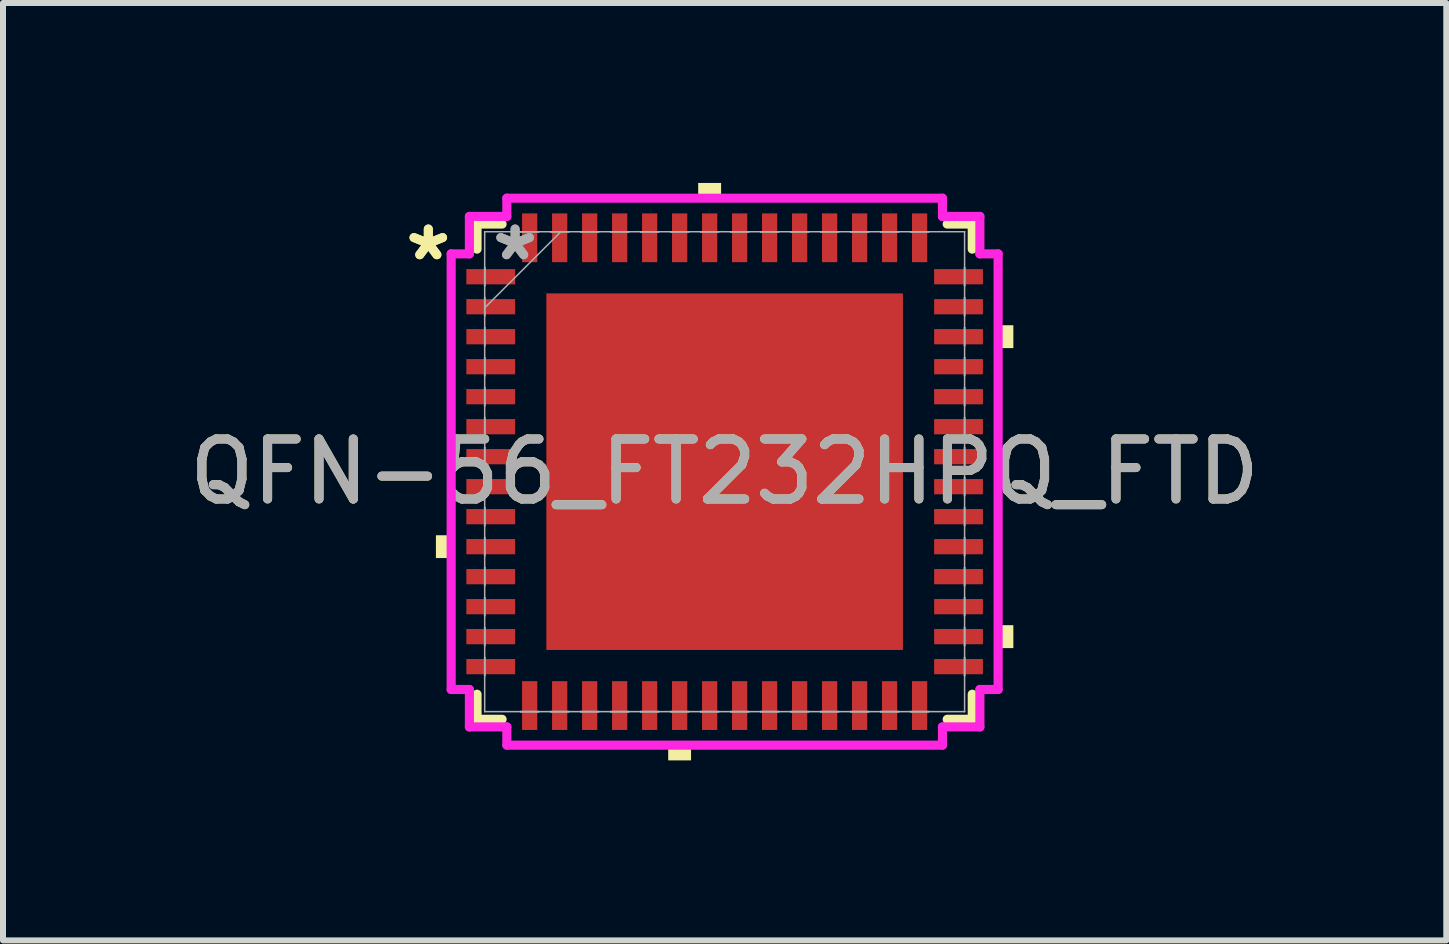
<source format=kicad_pcb>
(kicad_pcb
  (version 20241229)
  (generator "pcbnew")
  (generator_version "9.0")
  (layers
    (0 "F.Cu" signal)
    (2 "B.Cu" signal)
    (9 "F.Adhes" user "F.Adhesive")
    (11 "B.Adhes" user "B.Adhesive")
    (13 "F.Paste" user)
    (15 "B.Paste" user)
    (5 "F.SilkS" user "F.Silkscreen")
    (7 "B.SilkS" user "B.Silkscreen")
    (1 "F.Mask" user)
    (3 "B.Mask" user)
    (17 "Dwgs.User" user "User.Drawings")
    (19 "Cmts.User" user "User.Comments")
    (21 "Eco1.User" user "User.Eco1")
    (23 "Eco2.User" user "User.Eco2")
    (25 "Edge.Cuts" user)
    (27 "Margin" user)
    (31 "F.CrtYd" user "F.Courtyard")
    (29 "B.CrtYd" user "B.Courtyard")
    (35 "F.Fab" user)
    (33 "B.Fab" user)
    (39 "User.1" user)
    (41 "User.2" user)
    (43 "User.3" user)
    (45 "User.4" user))
  (footprint "QFN-56_FT232HPQ_FTD"
    (layer "F.Cu")
    (at 9.03 4.813)
    (property "Reference" "QFN-56_FT232HPQ_FTD" (at 0 0 0) (unlocked yes) (layer "F.SilkS") (effects (font (size 1 1) (thickness 0.15))))
    (attr smd)
    (fp_line (start -4.128 -4.128) (end -4.128 -3.71) (stroke (width 0.152) (type solid)) (layer "F.SilkS"))
    (fp_line (start -4.128 3.71) (end -4.128 4.128) (stroke (width 0.152) (type solid)) (layer "F.SilkS"))
    (fp_line (start -4.128 4.128) (end -3.71 4.128) (stroke (width 0.152) (type solid)) (layer "F.SilkS"))
    (fp_line (start -3.71 -4.128) (end -4.128 -4.128) (stroke (width 0.152) (type solid)) (layer "F.SilkS"))
    (fp_line (start 3.71 4.128) (end 4.128 4.128) (stroke (width 0.152) (type solid)) (layer "F.SilkS"))
    (fp_line (start 4.128 -4.128) (end 3.71 -4.128) (stroke (width 0.152) (type solid)) (layer "F.SilkS"))
    (fp_line (start 4.128 -3.71) (end 4.128 -4.128) (stroke (width 0.152) (type solid)) (layer "F.SilkS"))
    (fp_line (start 4.128 4.128) (end 4.128 3.71) (stroke (width 0.152) (type solid)) (layer "F.SilkS"))
    (fp_poly (pts (xy -4.813 1.06) (xy -4.813 1.44) (xy -4.559 1.44) (xy -4.559 1.06)) (stroke (width 0) (type solid)) (fill yes) (layer "F.SilkS"))
    (fp_poly (pts (xy -0.941 4.559) (xy -0.941 4.813) (xy -0.56 4.813) (xy -0.56 4.559)) (stroke (width 0) (type solid)) (fill yes) (layer "F.SilkS"))
    (fp_poly (pts (xy -0.441 -4.559) (xy -0.441 -4.813) (xy -0.059 -4.813) (xy -0.059 -4.559)) (stroke (width 0) (type solid)) (fill yes) (layer "F.SilkS"))
    (fp_poly (pts (xy 4.813 -2.441) (xy 4.813 -2.06) (xy 4.559 -2.06) (xy 4.559 -2.441)) (stroke (width 0) (type solid)) (fill yes) (layer "F.SilkS"))
    (fp_poly (pts (xy 4.813 2.559) (xy 4.813 2.941) (xy 4.559 2.941) (xy 4.559 2.559)) (stroke (width 0) (type solid)) (fill yes) (layer "F.SilkS"))
    (fp_poly (pts (xy -2.872 -2.872) (xy -2.872 -1.586) (xy -1.586 -1.586) (xy -1.586 -2.872)) (stroke (width 0) (type solid)) (fill yes) (layer "F.Paste"))
    (fp_poly (pts (xy -2.872 -1.386) (xy -2.872 -0.1) (xy -1.586 -0.1) (xy -1.586 -1.386)) (stroke (width 0) (type solid)) (fill yes) (layer "F.Paste"))
    (fp_poly (pts (xy -2.872 0.1) (xy -2.872 1.386) (xy -1.586 1.386) (xy -1.586 0.1)) (stroke (width 0) (type solid)) (fill yes) (layer "F.Paste"))
    (fp_poly (pts (xy -2.872 1.586) (xy -2.872 2.872) (xy -1.586 2.872) (xy -1.586 1.586)) (stroke (width 0) (type solid)) (fill yes) (layer "F.Paste"))
    (fp_poly (pts (xy -1.386 -2.872) (xy -1.386 -1.586) (xy -0.1 -1.586) (xy -0.1 -2.872)) (stroke (width 0) (type solid)) (fill yes) (layer "F.Paste"))
    (fp_poly (pts (xy -1.386 -1.386) (xy -1.386 -0.1) (xy -0.1 -0.1) (xy -0.1 -1.386)) (stroke (width 0) (type solid)) (fill yes) (layer "F.Paste"))
    (fp_poly (pts (xy -1.386 0.1) (xy -1.386 1.386) (xy -0.1 1.386) (xy -0.1 0.1)) (stroke (width 0) (type solid)) (fill yes) (layer "F.Paste"))
    (fp_poly (pts (xy -1.386 1.586) (xy -1.386 2.872) (xy -0.1 2.872) (xy -0.1 1.586)) (stroke (width 0) (type solid)) (fill yes) (layer "F.Paste"))
    (fp_poly (pts (xy 0.1 -2.872) (xy 0.1 -1.586) (xy 1.386 -1.586) (xy 1.386 -2.872)) (stroke (width 0) (type solid)) (fill yes) (layer "F.Paste"))
    (fp_poly (pts (xy 0.1 -1.386) (xy 0.1 -0.1) (xy 1.386 -0.1) (xy 1.386 -1.386)) (stroke (width 0) (type solid)) (fill yes) (layer "F.Paste"))
    (fp_poly (pts (xy 0.1 0.1) (xy 0.1 1.386) (xy 1.386 1.386) (xy 1.386 0.1)) (stroke (width 0) (type solid)) (fill yes) (layer "F.Paste"))
    (fp_poly (pts (xy 0.1 1.586) (xy 0.1 2.872) (xy 1.386 2.872) (xy 1.386 1.586)) (stroke (width 0) (type solid)) (fill yes) (layer "F.Paste"))
    (fp_poly (pts (xy 1.586 -2.872) (xy 1.586 -1.586) (xy 2.872 -1.586) (xy 2.872 -2.872)) (stroke (width 0) (type solid)) (fill yes) (layer "F.Paste"))
    (fp_poly (pts (xy 1.586 -1.386) (xy 1.586 -0.1) (xy 2.872 -0.1) (xy 2.872 -1.386)) (stroke (width 0) (type solid)) (fill yes) (layer "F.Paste"))
    (fp_poly (pts (xy 1.586 0.1) (xy 1.586 1.386) (xy 2.872 1.386) (xy 2.872 0.1)) (stroke (width 0) (type solid)) (fill yes) (layer "F.Paste"))
    (fp_poly (pts (xy 1.586 1.586) (xy 1.586 2.872) (xy 2.872 2.872) (xy 2.872 1.586)) (stroke (width 0) (type solid)) (fill yes) (layer "F.Paste"))
    (fp_line (start -4.559 -3.631) (end -4.255 -3.631) (stroke (width 0.152) (type solid)) (layer "F.CrtYd"))
    (fp_line (start -4.559 3.631) (end -4.559 -3.631) (stroke (width 0.152) (type solid)) (layer "F.CrtYd"))
    (fp_line (start -4.255 -4.255) (end -3.631 -4.255) (stroke (width 0.152) (type solid)) (layer "F.CrtYd"))
    (fp_line (start -4.255 -3.631) (end -4.255 -4.255) (stroke (width 0.152) (type solid)) (layer "F.CrtYd"))
    (fp_line (start -4.255 3.631) (end -4.559 3.631) (stroke (width 0.152) (type solid)) (layer "F.CrtYd"))
    (fp_line (start -4.255 4.255) (end -4.255 3.631) (stroke (width 0.152) (type solid)) (layer "F.CrtYd"))
    (fp_line (start -3.631 -4.559) (end 3.631 -4.559) (stroke (width 0.152) (type solid)) (layer "F.CrtYd"))
    (fp_line (start -3.631 -4.255) (end -3.631 -4.559) (stroke (width 0.152) (type solid)) (layer "F.CrtYd"))
    (fp_line (start -3.631 4.255) (end -4.255 4.255) (stroke (width 0.152) (type solid)) (layer "F.CrtYd"))
    (fp_line (start -3.631 4.559) (end -3.631 4.255) (stroke (width 0.152) (type solid)) (layer "F.CrtYd"))
    (fp_line (start 3.631 -4.559) (end 3.631 -4.255) (stroke (width 0.152) (type solid)) (layer "F.CrtYd"))
    (fp_line (start 3.631 -4.255) (end 4.255 -4.255) (stroke (width 0.152) (type solid)) (layer "F.CrtYd"))
    (fp_line (start 3.631 4.255) (end 3.631 4.559) (stroke (width 0.152) (type solid)) (layer "F.CrtYd"))
    (fp_line (start 3.631 4.559) (end -3.631 4.559) (stroke (width 0.152) (type solid)) (layer "F.CrtYd"))
    (fp_line (start 4.255 -4.255) (end 4.255 -3.631) (stroke (width 0.152) (type solid)) (layer "F.CrtYd"))
    (fp_line (start 4.255 -3.631) (end 4.559 -3.631) (stroke (width 0.152) (type solid)) (layer "F.CrtYd"))
    (fp_line (start 4.255 3.631) (end 4.255 4.255) (stroke (width 0.152) (type solid)) (layer "F.CrtYd"))
    (fp_line (start 4.255 4.255) (end 3.631 4.255) (stroke (width 0.152) (type solid)) (layer "F.CrtYd"))
    (fp_line (start 4.559 -3.631) (end 4.559 3.631) (stroke (width 0.152) (type solid)) (layer "F.CrtYd"))
    (fp_line (start 4.559 3.631) (end 4.255 3.631) (stroke (width 0.152) (type solid)) (layer "F.CrtYd"))
    (fp_line (start -4 -4) (end -4 -4) (stroke (width 0.025) (type solid)) (layer "F.Fab"))
    (fp_line (start -4 -4) (end -4 4) (stroke (width 0.025) (type solid)) (layer "F.Fab"))
    (fp_line (start -4 -3.402) (end -4 -3.402) (stroke (width 0.025) (type solid)) (layer "F.Fab"))
    (fp_line (start -4 -3.402) (end -4 -3.098) (stroke (width 0.025) (type solid)) (layer "F.Fab"))
    (fp_line (start -4 -3.098) (end -4 -3.402) (stroke (width 0.025) (type solid)) (layer "F.Fab"))
    (fp_line (start -4 -3.098) (end -4 -3.098) (stroke (width 0.025) (type solid)) (layer "F.Fab"))
    (fp_line (start -4 -2.902) (end -4 -2.902) (stroke (width 0.025) (type solid)) (layer "F.Fab"))
    (fp_line (start -4 -2.902) (end -4 -2.598) (stroke (width 0.025) (type solid)) (layer "F.Fab"))
    (fp_line (start -4 -2.731) (end -2.731 -4) (stroke (width 0.025) (type solid)) (layer "F.Fab"))
    (fp_line (start -4 -2.598) (end -4 -2.902) (stroke (width 0.025) (type solid)) (layer "F.Fab"))
    (fp_line (start -4 -2.598) (end -4 -2.598) (stroke (width 0.025) (type solid)) (layer "F.Fab"))
    (fp_line (start -4 -2.402) (end -4 -2.402) (stroke (width 0.025) (type solid)) (layer "F.Fab"))
    (fp_line (start -4 -2.402) (end -4 -2.098) (stroke (width 0.025) (type solid)) (layer "F.Fab"))
    (fp_line (start -4 -2.098) (end -4 -2.402) (stroke (width 0.025) (type solid)) (layer "F.Fab"))
    (fp_line (start -4 -2.098) (end -4 -2.098) (stroke (width 0.025) (type solid)) (layer "F.Fab"))
    (fp_line (start -4 -1.902) (end -4 -1.902) (stroke (width 0.025) (type solid)) (layer "F.Fab"))
    (fp_line (start -4 -1.902) (end -4 -1.598) (stroke (width 0.025) (type solid)) (layer "F.Fab"))
    (fp_line (start -4 -1.598) (end -4 -1.902) (stroke (width 0.025) (type solid)) (layer "F.Fab"))
    (fp_line (start -4 -1.598) (end -4 -1.598) (stroke (width 0.025) (type solid)) (layer "F.Fab"))
    (fp_line (start -4 -1.402) (end -4 -1.402) (stroke (width 0.025) (type solid)) (layer "F.Fab"))
    (fp_line (start -4 -1.402) (end -4 -1.098) (stroke (width 0.025) (type solid)) (layer "F.Fab"))
    (fp_line (start -4 -1.098) (end -4 -1.402) (stroke (width 0.025) (type solid)) (layer "F.Fab"))
    (fp_line (start -4 -1.098) (end -4 -1.098) (stroke (width 0.025) (type solid)) (layer "F.Fab"))
    (fp_line (start -4 -0.902) (end -4 -0.902) (stroke (width 0.025) (type solid)) (layer "F.Fab"))
    (fp_line (start -4 -0.902) (end -4 -0.598) (stroke (width 0.025) (type solid)) (layer "F.Fab"))
    (fp_line (start -4 -0.598) (end -4 -0.902) (stroke (width 0.025) (type solid)) (layer "F.Fab"))
    (fp_line (start -4 -0.598) (end -4 -0.598) (stroke (width 0.025) (type solid)) (layer "F.Fab"))
    (fp_line (start -4 -0.402) (end -4 -0.402) (stroke (width 0.025) (type solid)) (layer "F.Fab"))
    (fp_line (start -4 -0.402) (end -4 -0.098) (stroke (width 0.025) (type solid)) (layer "F.Fab"))
    (fp_line (start -4 -0.098) (end -4 -0.402) (stroke (width 0.025) (type solid)) (layer "F.Fab"))
    (fp_line (start -4 -0.098) (end -4 -0.098) (stroke (width 0.025) (type solid)) (layer "F.Fab"))
    (fp_line (start -4 0.098) (end -4 0.098) (stroke (width 0.025) (type solid)) (layer "F.Fab"))
    (fp_line (start -4 0.098) (end -4 0.402) (stroke (width 0.025) (type solid)) (layer "F.Fab"))
    (fp_line (start -4 0.402) (end -4 0.098) (stroke (width 0.025) (type solid)) (layer "F.Fab"))
    (fp_line (start -4 0.402) (end -4 0.402) (stroke (width 0.025) (type solid)) (layer "F.Fab"))
    (fp_line (start -4 0.598) (end -4 0.598) (stroke (width 0.025) (type solid)) (layer "F.Fab"))
    (fp_line (start -4 0.598) (end -4 0.902) (stroke (width 0.025) (type solid)) (layer "F.Fab"))
    (fp_line (start -4 0.902) (end -4 0.598) (stroke (width 0.025) (type solid)) (layer "F.Fab"))
    (fp_line (start -4 0.902) (end -4 0.902) (stroke (width 0.025) (type solid)) (layer "F.Fab"))
    (fp_line (start -4 1.098) (end -4 1.098) (stroke (width 0.025) (type solid)) (layer "F.Fab"))
    (fp_line (start -4 1.098) (end -4 1.402) (stroke (width 0.025) (type solid)) (layer "F.Fab"))
    (fp_line (start -4 1.402) (end -4 1.098) (stroke (width 0.025) (type solid)) (layer "F.Fab"))
    (fp_line (start -4 1.402) (end -4 1.402) (stroke (width 0.025) (type solid)) (layer "F.Fab"))
    (fp_line (start -4 1.598) (end -4 1.598) (stroke (width 0.025) (type solid)) (layer "F.Fab"))
    (fp_line (start -4 1.598) (end -4 1.902) (stroke (width 0.025) (type solid)) (layer "F.Fab"))
    (fp_line (start -4 1.902) (end -4 1.598) (stroke (width 0.025) (type solid)) (layer "F.Fab"))
    (fp_line (start -4 1.902) (end -4 1.902) (stroke (width 0.025) (type solid)) (layer "F.Fab"))
    (fp_line (start -4 2.098) (end -4 2.098) (stroke (width 0.025) (type solid)) (layer "F.Fab"))
    (fp_line (start -4 2.098) (end -4 2.402) (stroke (width 0.025) (type solid)) (layer "F.Fab"))
    (fp_line (start -4 2.402) (end -4 2.098) (stroke (width 0.025) (type solid)) (layer "F.Fab"))
    (fp_line (start -4 2.402) (end -4 2.402) (stroke (width 0.025) (type solid)) (layer "F.Fab"))
    (fp_line (start -4 2.598) (end -4 2.598) (stroke (width 0.025) (type solid)) (layer "F.Fab"))
    (fp_line (start -4 2.598) (end -4 2.902) (stroke (width 0.025) (type solid)) (layer "F.Fab"))
    (fp_line (start -4 2.902) (end -4 2.598) (stroke (width 0.025) (type solid)) (layer "F.Fab"))
    (fp_line (start -4 2.902) (end -4 2.902) (stroke (width 0.025) (type solid)) (layer "F.Fab"))
    (fp_line (start -4 3.098) (end -4 3.098) (stroke (width 0.025) (type solid)) (layer "F.Fab"))
    (fp_line (start -4 3.098) (end -4 3.402) (stroke (width 0.025) (type solid)) (layer "F.Fab"))
    (fp_line (start -4 3.402) (end -4 3.098) (stroke (width 0.025) (type solid)) (layer "F.Fab"))
    (fp_line (start -4 3.402) (end -4 3.402) (stroke (width 0.025) (type solid)) (layer "F.Fab"))
    (fp_line (start -4 4) (end -4 4) (stroke (width 0.025) (type solid)) (layer "F.Fab"))
    (fp_line (start -4 4) (end 4 4) (stroke (width 0.025) (type solid)) (layer "F.Fab"))
    (fp_line (start -3.402 -4) (end -3.402 -4) (stroke (width 0.025) (type solid)) (layer "F.Fab"))
    (fp_line (start -3.402 -4) (end -3.098 -4) (stroke (width 0.025) (type solid)) (layer "F.Fab"))
    (fp_line (start -3.402 4) (end -3.402 4) (stroke (width 0.025) (type solid)) (layer "F.Fab"))
    (fp_line (start -3.402 4) (end -3.098 4) (stroke (width 0.025) (type solid)) (layer "F.Fab"))
    (fp_line (start -3.098 -4) (end -3.402 -4) (stroke (width 0.025) (type solid)) (layer "F.Fab"))
    (fp_line (start -3.098 -4) (end -3.098 -4) (stroke (width 0.025) (type solid)) (layer "F.Fab"))
    (fp_line (start -3.098 4) (end -3.402 4) (stroke (width 0.025) (type solid)) (layer "F.Fab"))
    (fp_line (start -3.098 4) (end -3.098 4) (stroke (width 0.025) (type solid)) (layer "F.Fab"))
    (fp_line (start -2.902 -4) (end -2.902 -4) (stroke (width 0.025) (type solid)) (layer "F.Fab"))
    (fp_line (start -2.902 -4) (end -2.598 -4) (stroke (width 0.025) (type solid)) (layer "F.Fab"))
    (fp_line (start -2.902 4) (end -2.902 4) (stroke (width 0.025) (type solid)) (layer "F.Fab"))
    (fp_line (start -2.902 4) (end -2.598 4) (stroke (width 0.025) (type solid)) (layer "F.Fab"))
    (fp_line (start -2.598 -4) (end -2.902 -4) (stroke (width 0.025) (type solid)) (layer "F.Fab"))
    (fp_line (start -2.598 -4) (end -2.598 -4) (stroke (width 0.025) (type solid)) (layer "F.Fab"))
    (fp_line (start -2.598 4) (end -2.902 4) (stroke (width 0.025) (type solid)) (layer "F.Fab"))
    (fp_line (start -2.598 4) (end -2.598 4) (stroke (width 0.025) (type solid)) (layer "F.Fab"))
    (fp_line (start -2.402 -4) (end -2.402 -4) (stroke (width 0.025) (type solid)) (layer "F.Fab"))
    (fp_line (start -2.402 -4) (end -2.098 -4) (stroke (width 0.025) (type solid)) (layer "F.Fab"))
    (fp_line (start -2.402 4) (end -2.402 4) (stroke (width 0.025) (type solid)) (layer "F.Fab"))
    (fp_line (start -2.402 4) (end -2.098 4) (stroke (width 0.025) (type solid)) (layer "F.Fab"))
    (fp_line (start -2.098 -4) (end -2.402 -4) (stroke (width 0.025) (type solid)) (layer "F.Fab"))
    (fp_line (start -2.098 -4) (end -2.098 -4) (stroke (width 0.025) (type solid)) (layer "F.Fab"))
    (fp_line (start -2.098 4) (end -2.402 4) (stroke (width 0.025) (type solid)) (layer "F.Fab"))
    (fp_line (start -2.098 4) (end -2.098 4) (stroke (width 0.025) (type solid)) (layer "F.Fab"))
    (fp_line (start -1.902 -4) (end -1.902 -4) (stroke (width 0.025) (type solid)) (layer "F.Fab"))
    (fp_line (start -1.902 -4) (end -1.598 -4) (stroke (width 0.025) (type solid)) (layer "F.Fab"))
    (fp_line (start -1.902 4) (end -1.902 4) (stroke (width 0.025) (type solid)) (layer "F.Fab"))
    (fp_line (start -1.902 4) (end -1.598 4) (stroke (width 0.025) (type solid)) (layer "F.Fab"))
    (fp_line (start -1.598 -4) (end -1.902 -4) (stroke (width 0.025) (type solid)) (layer "F.Fab"))
    (fp_line (start -1.598 -4) (end -1.598 -4) (stroke (width 0.025) (type solid)) (layer "F.Fab"))
    (fp_line (start -1.598 4) (end -1.902 4) (stroke (width 0.025) (type solid)) (layer "F.Fab"))
    (fp_line (start -1.598 4) (end -1.598 4) (stroke (width 0.025) (type solid)) (layer "F.Fab"))
    (fp_line (start -1.402 -4) (end -1.402 -4) (stroke (width 0.025) (type solid)) (layer "F.Fab"))
    (fp_line (start -1.402 -4) (end -1.098 -4) (stroke (width 0.025) (type solid)) (layer "F.Fab"))
    (fp_line (start -1.402 4) (end -1.402 4) (stroke (width 0.025) (type solid)) (layer "F.Fab"))
    (fp_line (start -1.402 4) (end -1.098 4) (stroke (width 0.025) (type solid)) (layer "F.Fab"))
    (fp_line (start -1.098 -4) (end -1.402 -4) (stroke (width 0.025) (type solid)) (layer "F.Fab"))
    (fp_line (start -1.098 -4) (end -1.098 -4) (stroke (width 0.025) (type solid)) (layer "F.Fab"))
    (fp_line (start -1.098 4) (end -1.402 4) (stroke (width 0.025) (type solid)) (layer "F.Fab"))
    (fp_line (start -1.098 4) (end -1.098 4) (stroke (width 0.025) (type solid)) (layer "F.Fab"))
    (fp_line (start -0.902 -4) (end -0.902 -4) (stroke (width 0.025) (type solid)) (layer "F.Fab"))
    (fp_line (start -0.902 -4) (end -0.598 -4) (stroke (width 0.025) (type solid)) (layer "F.Fab"))
    (fp_line (start -0.902 4) (end -0.902 4) (stroke (width 0.025) (type solid)) (layer "F.Fab"))
    (fp_line (start -0.902 4) (end -0.598 4) (stroke (width 0.025) (type solid)) (layer "F.Fab"))
    (fp_line (start -0.598 -4) (end -0.902 -4) (stroke (width 0.025) (type solid)) (layer "F.Fab"))
    (fp_line (start -0.598 -4) (end -0.598 -4) (stroke (width 0.025) (type solid)) (layer "F.Fab"))
    (fp_line (start -0.598 4) (end -0.902 4) (stroke (width 0.025) (type solid)) (layer "F.Fab"))
    (fp_line (start -0.598 4) (end -0.598 4) (stroke (width 0.025) (type solid)) (layer "F.Fab"))
    (fp_line (start -0.402 -4) (end -0.402 -4) (stroke (width 0.025) (type solid)) (layer "F.Fab"))
    (fp_line (start -0.402 -4) (end -0.098 -4) (stroke (width 0.025) (type solid)) (layer "F.Fab"))
    (fp_line (start -0.402 4) (end -0.402 4) (stroke (width 0.025) (type solid)) (layer "F.Fab"))
    (fp_line (start -0.402 4) (end -0.098 4) (stroke (width 0.025) (type solid)) (layer "F.Fab"))
    (fp_line (start -0.098 -4) (end -0.402 -4) (stroke (width 0.025) (type solid)) (layer "F.Fab"))
    (fp_line (start -0.098 -4) (end -0.098 -4) (stroke (width 0.025) (type solid)) (layer "F.Fab"))
    (fp_line (start -0.098 4) (end -0.402 4) (stroke (width 0.025) (type solid)) (layer "F.Fab"))
    (fp_line (start -0.098 4) (end -0.098 4) (stroke (width 0.025) (type solid)) (layer "F.Fab"))
    (fp_line (start 0.098 -4) (end 0.098 -4) (stroke (width 0.025) (type solid)) (layer "F.Fab"))
    (fp_line (start 0.098 -4) (end 0.402 -4) (stroke (width 0.025) (type solid)) (layer "F.Fab"))
    (fp_line (start 0.098 4) (end 0.098 4) (stroke (width 0.025) (type solid)) (layer "F.Fab"))
    (fp_line (start 0.098 4) (end 0.402 4) (stroke (width 0.025) (type solid)) (layer "F.Fab"))
    (fp_line (start 0.402 -4) (end 0.098 -4) (stroke (width 0.025) (type solid)) (layer "F.Fab"))
    (fp_line (start 0.402 -4) (end 0.402 -4) (stroke (width 0.025) (type solid)) (layer "F.Fab"))
    (fp_line (start 0.402 4) (end 0.098 4) (stroke (width 0.025) (type solid)) (layer "F.Fab"))
    (fp_line (start 0.402 4) (end 0.402 4) (stroke (width 0.025) (type solid)) (layer "F.Fab"))
    (fp_line (start 0.598 -4) (end 0.598 -4) (stroke (width 0.025) (type solid)) (layer "F.Fab"))
    (fp_line (start 0.598 -4) (end 0.902 -4) (stroke (width 0.025) (type solid)) (layer "F.Fab"))
    (fp_line (start 0.598 4) (end 0.598 4) (stroke (width 0.025) (type solid)) (layer "F.Fab"))
    (fp_line (start 0.598 4) (end 0.902 4) (stroke (width 0.025) (type solid)) (layer "F.Fab"))
    (fp_line (start 0.902 -4) (end 0.598 -4) (stroke (width 0.025) (type solid)) (layer "F.Fab"))
    (fp_line (start 0.902 -4) (end 0.902 -4) (stroke (width 0.025) (type solid)) (layer "F.Fab"))
    (fp_line (start 0.902 4) (end 0.598 4) (stroke (width 0.025) (type solid)) (layer "F.Fab"))
    (fp_line (start 0.902 4) (end 0.902 4) (stroke (width 0.025) (type solid)) (layer "F.Fab"))
    (fp_line (start 1.098 -4) (end 1.098 -4) (stroke (width 0.025) (type solid)) (layer "F.Fab"))
    (fp_line (start 1.098 -4) (end 1.402 -4) (stroke (width 0.025) (type solid)) (layer "F.Fab"))
    (fp_line (start 1.098 4) (end 1.098 4) (stroke (width 0.025) (type solid)) (layer "F.Fab"))
    (fp_line (start 1.098 4) (end 1.402 4) (stroke (width 0.025) (type solid)) (layer "F.Fab"))
    (fp_line (start 1.402 -4) (end 1.098 -4) (stroke (width 0.025) (type solid)) (layer "F.Fab"))
    (fp_line (start 1.402 -4) (end 1.402 -4) (stroke (width 0.025) (type solid)) (layer "F.Fab"))
    (fp_line (start 1.402 4) (end 1.098 4) (stroke (width 0.025) (type solid)) (layer "F.Fab"))
    (fp_line (start 1.402 4) (end 1.402 4) (stroke (width 0.025) (type solid)) (layer "F.Fab"))
    (fp_line (start 1.598 -4) (end 1.598 -4) (stroke (width 0.025) (type solid)) (layer "F.Fab"))
    (fp_line (start 1.598 -4) (end 1.902 -4) (stroke (width 0.025) (type solid)) (layer "F.Fab"))
    (fp_line (start 1.598 4) (end 1.598 4) (stroke (width 0.025) (type solid)) (layer "F.Fab"))
    (fp_line (start 1.598 4) (end 1.902 4) (stroke (width 0.025) (type solid)) (layer "F.Fab"))
    (fp_line (start 1.902 -4) (end 1.598 -4) (stroke (width 0.025) (type solid)) (layer "F.Fab"))
    (fp_line (start 1.902 -4) (end 1.902 -4) (stroke (width 0.025) (type solid)) (layer "F.Fab"))
    (fp_line (start 1.902 4) (end 1.598 4) (stroke (width 0.025) (type solid)) (layer "F.Fab"))
    (fp_line (start 1.902 4) (end 1.902 4) (stroke (width 0.025) (type solid)) (layer "F.Fab"))
    (fp_line (start 2.098 -4) (end 2.098 -4) (stroke (width 0.025) (type solid)) (layer "F.Fab"))
    (fp_line (start 2.098 -4) (end 2.402 -4) (stroke (width 0.025) (type solid)) (layer "F.Fab"))
    (fp_line (start 2.098 4) (end 2.098 4) (stroke (width 0.025) (type solid)) (layer "F.Fab"))
    (fp_line (start 2.098 4) (end 2.402 4) (stroke (width 0.025) (type solid)) (layer "F.Fab"))
    (fp_line (start 2.402 -4) (end 2.098 -4) (stroke (width 0.025) (type solid)) (layer "F.Fab"))
    (fp_line (start 2.402 -4) (end 2.402 -4) (stroke (width 0.025) (type solid)) (layer "F.Fab"))
    (fp_line (start 2.402 4) (end 2.098 4) (stroke (width 0.025) (type solid)) (layer "F.Fab"))
    (fp_line (start 2.402 4) (end 2.402 4) (stroke (width 0.025) (type solid)) (layer "F.Fab"))
    (fp_line (start 2.598 -4) (end 2.598 -4) (stroke (width 0.025) (type solid)) (layer "F.Fab"))
    (fp_line (start 2.598 -4) (end 2.902 -4) (stroke (width 0.025) (type solid)) (layer "F.Fab"))
    (fp_line (start 2.598 4) (end 2.598 4) (stroke (width 0.025) (type solid)) (layer "F.Fab"))
    (fp_line (start 2.598 4) (end 2.902 4) (stroke (width 0.025) (type solid)) (layer "F.Fab"))
    (fp_line (start 2.902 -4) (end 2.598 -4) (stroke (width 0.025) (type solid)) (layer "F.Fab"))
    (fp_line (start 2.902 -4) (end 2.902 -4) (stroke (width 0.025) (type solid)) (layer "F.Fab"))
    (fp_line (start 2.902 4) (end 2.598 4) (stroke (width 0.025) (type solid)) (layer "F.Fab"))
    (fp_line (start 2.902 4) (end 2.902 4) (stroke (width 0.025) (type solid)) (layer "F.Fab"))
    (fp_line (start 3.098 -4) (end 3.098 -4) (stroke (width 0.025) (type solid)) (layer "F.Fab"))
    (fp_line (start 3.098 -4) (end 3.402 -4) (stroke (width 0.025) (type solid)) (layer "F.Fab"))
    (fp_line (start 3.098 4) (end 3.098 4) (stroke (width 0.025) (type solid)) (layer "F.Fab"))
    (fp_line (start 3.098 4) (end 3.402 4) (stroke (width 0.025) (type solid)) (layer "F.Fab"))
    (fp_line (start 3.402 -4) (end 3.098 -4) (stroke (width 0.025) (type solid)) (layer "F.Fab"))
    (fp_line (start 3.402 -4) (end 3.402 -4) (stroke (width 0.025) (type solid)) (layer "F.Fab"))
    (fp_line (start 3.402 4) (end 3.098 4) (stroke (width 0.025) (type solid)) (layer "F.Fab"))
    (fp_line (start 3.402 4) (end 3.402 4) (stroke (width 0.025) (type solid)) (layer "F.Fab"))
    (fp_line (start 4 -4) (end -4 -4) (stroke (width 0.025) (type solid)) (layer "F.Fab"))
    (fp_line (start 4 -4) (end 4 -4) (stroke (width 0.025) (type solid)) (layer "F.Fab"))
    (fp_line (start 4 -3.402) (end 4 -3.402) (stroke (width 0.025) (type solid)) (layer "F.Fab"))
    (fp_line (start 4 -3.402) (end 4 -3.098) (stroke (width 0.025) (type solid)) (layer "F.Fab"))
    (fp_line (start 4 -3.098) (end 4 -3.402) (stroke (width 0.025) (type solid)) (layer "F.Fab"))
    (fp_line (start 4 -3.098) (end 4 -3.098) (stroke (width 0.025) (type solid)) (layer "F.Fab"))
    (fp_line (start 4 -2.902) (end 4 -2.902) (stroke (width 0.025) (type solid)) (layer "F.Fab"))
    (fp_line (start 4 -2.902) (end 4 -2.598) (stroke (width 0.025) (type solid)) (layer "F.Fab"))
    (fp_line (start 4 -2.598) (end 4 -2.902) (stroke (width 0.025) (type solid)) (layer "F.Fab"))
    (fp_line (start 4 -2.598) (end 4 -2.598) (stroke (width 0.025) (type solid)) (layer "F.Fab"))
    (fp_line (start 4 -2.402) (end 4 -2.402) (stroke (width 0.025) (type solid)) (layer "F.Fab"))
    (fp_line (start 4 -2.402) (end 4 -2.098) (stroke (width 0.025) (type solid)) (layer "F.Fab"))
    (fp_line (start 4 -2.098) (end 4 -2.402) (stroke (width 0.025) (type solid)) (layer "F.Fab"))
    (fp_line (start 4 -2.098) (end 4 -2.098) (stroke (width 0.025) (type solid)) (layer "F.Fab"))
    (fp_line (start 4 -1.902) (end 4 -1.902) (stroke (width 0.025) (type solid)) (layer "F.Fab"))
    (fp_line (start 4 -1.902) (end 4 -1.598) (stroke (width 0.025) (type solid)) (layer "F.Fab"))
    (fp_line (start 4 -1.598) (end 4 -1.902) (stroke (width 0.025) (type solid)) (layer "F.Fab"))
    (fp_line (start 4 -1.598) (end 4 -1.598) (stroke (width 0.025) (type solid)) (layer "F.Fab"))
    (fp_line (start 4 -1.402) (end 4 -1.402) (stroke (width 0.025) (type solid)) (layer "F.Fab"))
    (fp_line (start 4 -1.402) (end 4 -1.098) (stroke (width 0.025) (type solid)) (layer "F.Fab"))
    (fp_line (start 4 -1.098) (end 4 -1.402) (stroke (width 0.025) (type solid)) (layer "F.Fab"))
    (fp_line (start 4 -1.098) (end 4 -1.098) (stroke (width 0.025) (type solid)) (layer "F.Fab"))
    (fp_line (start 4 -0.902) (end 4 -0.902) (stroke (width 0.025) (type solid)) (layer "F.Fab"))
    (fp_line (start 4 -0.902) (end 4 -0.598) (stroke (width 0.025) (type solid)) (layer "F.Fab"))
    (fp_line (start 4 -0.598) (end 4 -0.902) (stroke (width 0.025) (type solid)) (layer "F.Fab"))
    (fp_line (start 4 -0.598) (end 4 -0.598) (stroke (width 0.025) (type solid)) (layer "F.Fab"))
    (fp_line (start 4 -0.402) (end 4 -0.402) (stroke (width 0.025) (type solid)) (layer "F.Fab"))
    (fp_line (start 4 -0.402) (end 4 -0.098) (stroke (width 0.025) (type solid)) (layer "F.Fab"))
    (fp_line (start 4 -0.098) (end 4 -0.402) (stroke (width 0.025) (type solid)) (layer "F.Fab"))
    (fp_line (start 4 -0.098) (end 4 -0.098) (stroke (width 0.025) (type solid)) (layer "F.Fab"))
    (fp_line (start 4 0.098) (end 4 0.098) (stroke (width 0.025) (type solid)) (layer "F.Fab"))
    (fp_line (start 4 0.098) (end 4 0.402) (stroke (width 0.025) (type solid)) (layer "F.Fab"))
    (fp_line (start 4 0.402) (end 4 0.098) (stroke (width 0.025) (type solid)) (layer "F.Fab"))
    (fp_line (start 4 0.402) (end 4 0.402) (stroke (width 0.025) (type solid)) (layer "F.Fab"))
    (fp_line (start 4 0.598) (end 4 0.598) (stroke (width 0.025) (type solid)) (layer "F.Fab"))
    (fp_line (start 4 0.598) (end 4 0.902) (stroke (width 0.025) (type solid)) (layer "F.Fab"))
    (fp_line (start 4 0.902) (end 4 0.598) (stroke (width 0.025) (type solid)) (layer "F.Fab"))
    (fp_line (start 4 0.902) (end 4 0.902) (stroke (width 0.025) (type solid)) (layer "F.Fab"))
    (fp_line (start 4 1.098) (end 4 1.098) (stroke (width 0.025) (type solid)) (layer "F.Fab"))
    (fp_line (start 4 1.098) (end 4 1.402) (stroke (width 0.025) (type solid)) (layer "F.Fab"))
    (fp_line (start 4 1.402) (end 4 1.098) (stroke (width 0.025) (type solid)) (layer "F.Fab"))
    (fp_line (start 4 1.402) (end 4 1.402) (stroke (width 0.025) (type solid)) (layer "F.Fab"))
    (fp_line (start 4 1.598) (end 4 1.598) (stroke (width 0.025) (type solid)) (layer "F.Fab"))
    (fp_line (start 4 1.598) (end 4 1.902) (stroke (width 0.025) (type solid)) (layer "F.Fab"))
    (fp_line (start 4 1.902) (end 4 1.598) (stroke (width 0.025) (type solid)) (layer "F.Fab"))
    (fp_line (start 4 1.902) (end 4 1.902) (stroke (width 0.025) (type solid)) (layer "F.Fab"))
    (fp_line (start 4 2.098) (end 4 2.098) (stroke (width 0.025) (type solid)) (layer "F.Fab"))
    (fp_line (start 4 2.098) (end 4 2.402) (stroke (width 0.025) (type solid)) (layer "F.Fab"))
    (fp_line (start 4 2.402) (end 4 2.098) (stroke (width 0.025) (type solid)) (layer "F.Fab"))
    (fp_line (start 4 2.402) (end 4 2.402) (stroke (width 0.025) (type solid)) (layer "F.Fab"))
    (fp_line (start 4 2.598) (end 4 2.598) (stroke (width 0.025) (type solid)) (layer "F.Fab"))
    (fp_line (start 4 2.598) (end 4 2.902) (stroke (width 0.025) (type solid)) (layer "F.Fab"))
    (fp_line (start 4 2.902) (end 4 2.598) (stroke (width 0.025) (type solid)) (layer "F.Fab"))
    (fp_line (start 4 2.902) (end 4 2.902) (stroke (width 0.025) (type solid)) (layer "F.Fab"))
    (fp_line (start 4 3.098) (end 4 3.098) (stroke (width 0.025) (type solid)) (layer "F.Fab"))
    (fp_line (start 4 3.098) (end 4 3.402) (stroke (width 0.025) (type solid)) (layer "F.Fab"))
    (fp_line (start 4 3.402) (end 4 3.098) (stroke (width 0.025) (type solid)) (layer "F.Fab"))
    (fp_line (start 4 3.402) (end 4 3.402) (stroke (width 0.025) (type solid)) (layer "F.Fab"))
    (fp_line (start 4 4) (end 4 -4) (stroke (width 0.025) (type solid)) (layer "F.Fab"))
    (fp_line (start 4 4) (end 4 4) (stroke (width 0.025) (type solid)) (layer "F.Fab"))
    (fp_text user "*" (at -4.94 -3.5 0) (unlocked yes) (layer "F.SilkS") (effects (font (size 1 1) (thickness 0.15))))
    (fp_text user "*" (at -4.94 -3.5 0) (layer "F.SilkS") (effects (font (size 1 1) (thickness 0.15))))
    (fp_text user "*" (at -3.493 -3.5 0) (unlocked yes) (layer "F.Fab") (effects (font (size 1 1) (thickness 0.15))))
    (fp_text user "${REFERENCE}" (at 0 0 0) (unlocked yes) (layer "F.Fab") (effects (font (size 1 1) (thickness 0.15))))
    (fp_text user "*" (at -3.493 -3.5 0) (layer "F.Fab") (effects (font (size 1 1) (thickness 0.15))))
    (pad "1" smd rect (at -3.899 -3.25 90) (size 0.254 0.813) (layers "F.Cu" "F.Mask" "F.Paste"))
    (pad "2" smd rect (at -3.899 -2.75 90) (size 0.254 0.813) (layers "F.Cu" "F.Mask" "F.Paste"))
    (pad "3" smd rect (at -3.899 -2.25 90) (size 0.254 0.813) (layers "F.Cu" "F.Mask" "F.Paste"))
    (pad "4" smd rect (at -3.899 -1.75 90) (size 0.254 0.813) (layers "F.Cu" "F.Mask" "F.Paste"))
    (pad "5" smd rect (at -3.899 -1.25 90) (size 0.254 0.813) (layers "F.Cu" "F.Mask" "F.Paste"))
    (pad "6" smd rect (at -3.899 -0.75 90) (size 0.254 0.813) (layers "F.Cu" "F.Mask" "F.Paste"))
    (pad "7" smd rect (at -3.899 -0.25 90) (size 0.254 0.813) (layers "F.Cu" "F.Mask" "F.Paste"))
    (pad "8" smd rect (at -3.899 0.25 90) (size 0.254 0.813) (layers "F.Cu" "F.Mask" "F.Paste"))
    (pad "9" smd rect (at -3.899 0.75 90) (size 0.254 0.813) (layers "F.Cu" "F.Mask" "F.Paste"))
    (pad "10" smd rect (at -3.899 1.25 90) (size 0.254 0.813) (layers "F.Cu" "F.Mask" "F.Paste"))
    (pad "11" smd rect (at -3.899 1.75 90) (size 0.254 0.813) (layers "F.Cu" "F.Mask" "F.Paste"))
    (pad "12" smd rect (at -3.899 2.25 90) (size 0.254 0.813) (layers "F.Cu" "F.Mask" "F.Paste"))
    (pad "13" smd rect (at -3.899 2.75 90) (size 0.254 0.813) (layers "F.Cu" "F.Mask" "F.Paste"))
    (pad "14" smd rect (at -3.899 3.25 90) (size 0.254 0.813) (layers "F.Cu" "F.Mask" "F.Paste"))
    (pad "15" smd rect (at -3.25 3.899) (size 0.254 0.813) (layers "F.Cu" "F.Mask" "F.Paste"))
    (pad "16" smd rect (at -2.75 3.899) (size 0.254 0.813) (layers "F.Cu" "F.Mask" "F.Paste"))
    (pad "17" smd rect (at -2.25 3.899) (size 0.254 0.813) (layers "F.Cu" "F.Mask" "F.Paste"))
    (pad "18" smd rect (at -1.75 3.899) (size 0.254 0.813) (layers "F.Cu" "F.Mask" "F.Paste"))
    (pad "19" smd rect (at -1.25 3.899) (size 0.254 0.813) (layers "F.Cu" "F.Mask" "F.Paste"))
    (pad "20" smd rect (at -0.75 3.899) (size 0.254 0.813) (layers "F.Cu" "F.Mask" "F.Paste"))
    (pad "21" smd rect (at -0.25 3.899) (size 0.254 0.813) (layers "F.Cu" "F.Mask" "F.Paste"))
    (pad "22" smd rect (at 0.25 3.899) (size 0.254 0.813) (layers "F.Cu" "F.Mask" "F.Paste"))
    (pad "23" smd rect (at 0.75 3.899) (size 0.254 0.813) (layers "F.Cu" "F.Mask" "F.Paste"))
    (pad "24" smd rect (at 1.25 3.899) (size 0.254 0.813) (layers "F.Cu" "F.Mask" "F.Paste"))
    (pad "25" smd rect (at 1.75 3.899) (size 0.254 0.813) (layers "F.Cu" "F.Mask" "F.Paste"))
    (pad "26" smd rect (at 2.25 3.899) (size 0.254 0.813) (layers "F.Cu" "F.Mask" "F.Paste"))
    (pad "27" smd rect (at 2.75 3.899) (size 0.254 0.813) (layers "F.Cu" "F.Mask" "F.Paste"))
    (pad "28" smd rect (at 3.25 3.899) (size 0.254 0.813) (layers "F.Cu" "F.Mask" "F.Paste"))
    (pad "29" smd rect (at 3.899 3.25 90) (size 0.254 0.813) (layers "F.Cu" "F.Mask" "F.Paste"))
    (pad "30" smd rect (at 3.899 2.75 90) (size 0.254 0.813) (layers "F.Cu" "F.Mask" "F.Paste"))
    (pad "31" smd rect (at 3.899 2.25 90) (size 0.254 0.813) (layers "F.Cu" "F.Mask" "F.Paste"))
    (pad "32" smd rect (at 3.899 1.75 90) (size 0.254 0.813) (layers "F.Cu" "F.Mask" "F.Paste"))
    (pad "33" smd rect (at 3.899 1.25 90) (size 0.254 0.813) (layers "F.Cu" "F.Mask" "F.Paste"))
    (pad "34" smd rect (at 3.899 0.75 90) (size 0.254 0.813) (layers "F.Cu" "F.Mask" "F.Paste"))
    (pad "35" smd rect (at 3.899 0.25 90) (size 0.254 0.813) (layers "F.Cu" "F.Mask" "F.Paste"))
    (pad "36" smd rect (at 3.899 -0.25 90) (size 0.254 0.813) (layers "F.Cu" "F.Mask" "F.Paste"))
    (pad "37" smd rect (at 3.899 -0.75 90) (size 0.254 0.813) (layers "F.Cu" "F.Mask" "F.Paste"))
    (pad "38" smd rect (at 3.899 -1.25 90) (size 0.254 0.813) (layers "F.Cu" "F.Mask" "F.Paste"))
    (pad "39" smd rect (at 3.899 -1.75 90) (size 0.254 0.813) (layers "F.Cu" "F.Mask" "F.Paste"))
    (pad "40" smd rect (at 3.899 -2.25 90) (size 0.254 0.813) (layers "F.Cu" "F.Mask" "F.Paste"))
    (pad "41" smd rect (at 3.899 -2.75 90) (size 0.254 0.813) (layers "F.Cu" "F.Mask" "F.Paste"))
    (pad "42" smd rect (at 3.899 -3.25 90) (size 0.254 0.813) (layers "F.Cu" "F.Mask" "F.Paste"))
    (pad "43" smd rect (at 3.25 -3.899) (size 0.254 0.813) (layers "F.Cu" "F.Mask" "F.Paste"))
    (pad "44" smd rect (at 2.75 -3.899) (size 0.254 0.813) (layers "F.Cu" "F.Mask" "F.Paste"))
    (pad "45" smd rect (at 2.25 -3.899) (size 0.254 0.813) (layers "F.Cu" "F.Mask" "F.Paste"))
    (pad "46" smd rect (at 1.75 -3.899) (size 0.254 0.813) (layers "F.Cu" "F.Mask" "F.Paste"))
    (pad "47" smd rect (at 1.25 -3.899) (size 0.254 0.813) (layers "F.Cu" "F.Mask" "F.Paste"))
    (pad "48" smd rect (at 0.75 -3.899) (size 0.254 0.813) (layers "F.Cu" "F.Mask" "F.Paste"))
    (pad "49" smd rect (at 0.25 -3.899) (size 0.254 0.813) (layers "F.Cu" "F.Mask" "F.Paste"))
    (pad "50" smd rect (at -0.25 -3.899) (size 0.254 0.813) (layers "F.Cu" "F.Mask" "F.Paste"))
    (pad "51" smd rect (at -0.75 -3.899) (size 0.254 0.813) (layers "F.Cu" "F.Mask" "F.Paste"))
    (pad "52" smd rect (at -1.25 -3.899) (size 0.254 0.813) (layers "F.Cu" "F.Mask" "F.Paste"))
    (pad "53" smd rect (at -1.75 -3.899) (size 0.254 0.813) (layers "F.Cu" "F.Mask" "F.Paste"))
    (pad "54" smd rect (at -2.25 -3.899) (size 0.254 0.813) (layers "F.Cu" "F.Mask" "F.Paste"))
    (pad "55" smd rect (at -2.75 -3.899) (size 0.254 0.813) (layers "F.Cu" "F.Mask" "F.Paste"))
    (pad "56" smd rect (at -3.25 -3.899) (size 0.254 0.813) (layers "F.Cu" "F.Mask" "F.Paste"))
    (pad "57" smd rect (at 0 0) (size 5.944 5.944) (layers "F.Cu" "F.Mask" "F.Paste")))
  (gr_rect
    (start -3 -3)
    (end 21.06 12.627)
    (stroke (width 0.1) (type default))
    (fill no)
    (layer "Edge.Cuts")))
</source>
